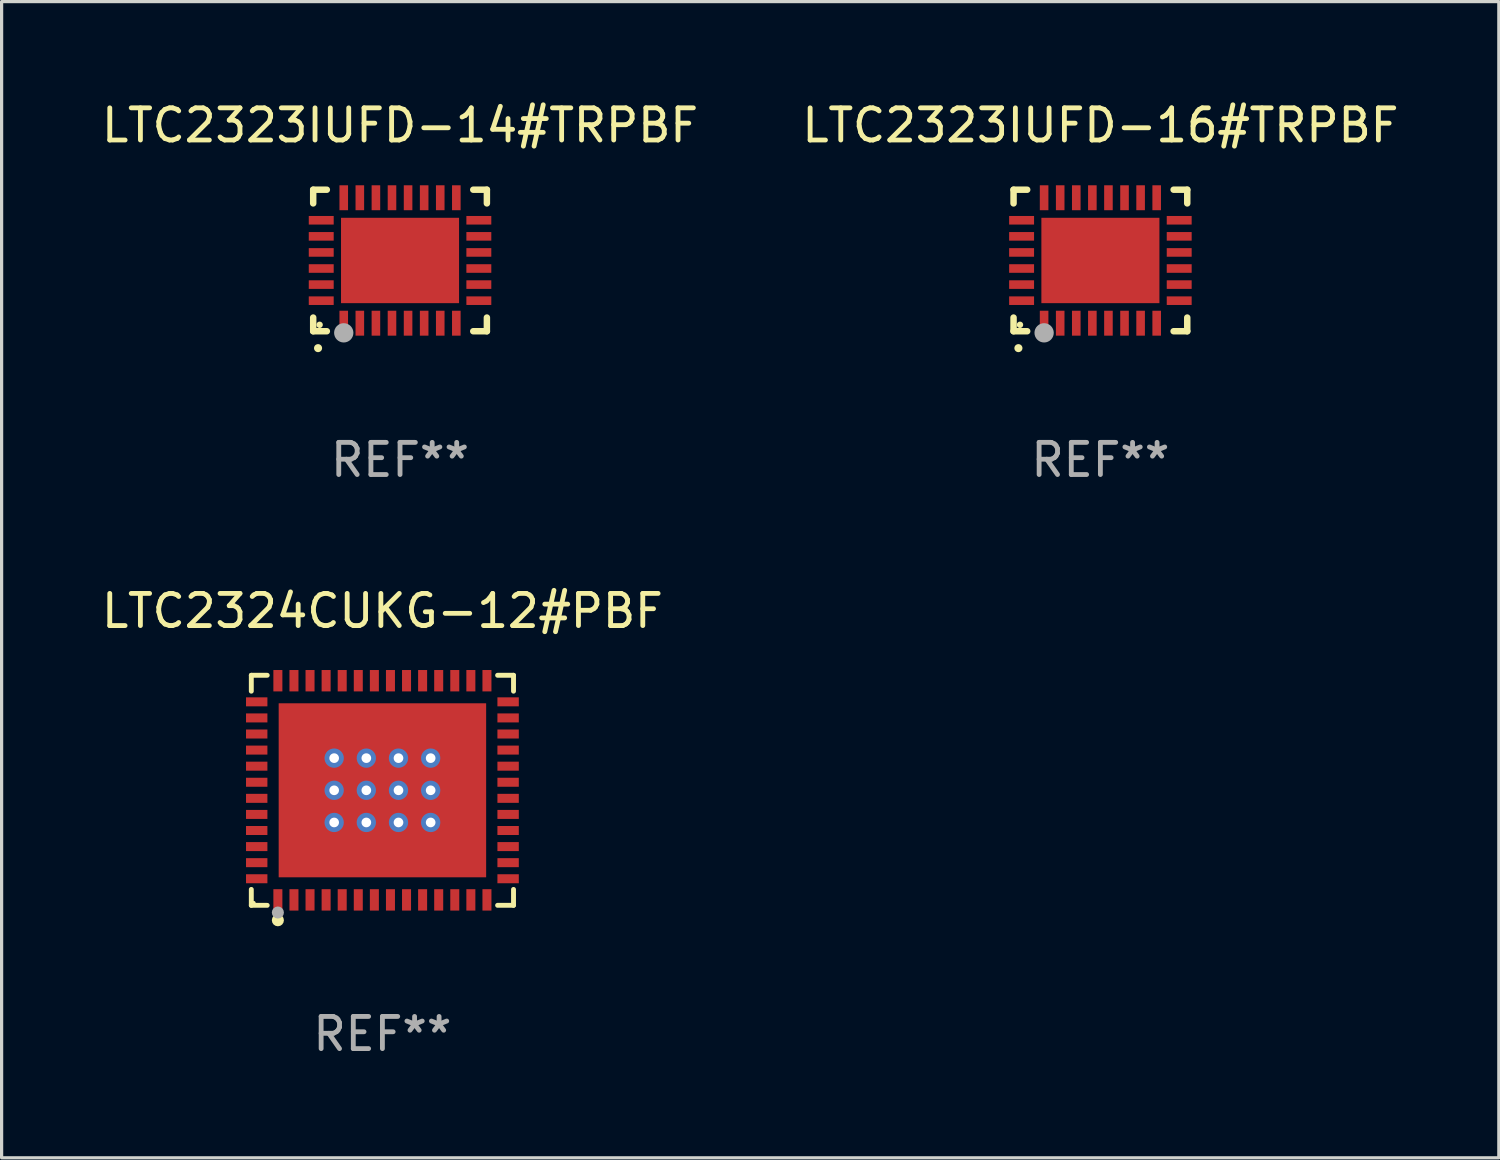
<source format=kicad_pcb>
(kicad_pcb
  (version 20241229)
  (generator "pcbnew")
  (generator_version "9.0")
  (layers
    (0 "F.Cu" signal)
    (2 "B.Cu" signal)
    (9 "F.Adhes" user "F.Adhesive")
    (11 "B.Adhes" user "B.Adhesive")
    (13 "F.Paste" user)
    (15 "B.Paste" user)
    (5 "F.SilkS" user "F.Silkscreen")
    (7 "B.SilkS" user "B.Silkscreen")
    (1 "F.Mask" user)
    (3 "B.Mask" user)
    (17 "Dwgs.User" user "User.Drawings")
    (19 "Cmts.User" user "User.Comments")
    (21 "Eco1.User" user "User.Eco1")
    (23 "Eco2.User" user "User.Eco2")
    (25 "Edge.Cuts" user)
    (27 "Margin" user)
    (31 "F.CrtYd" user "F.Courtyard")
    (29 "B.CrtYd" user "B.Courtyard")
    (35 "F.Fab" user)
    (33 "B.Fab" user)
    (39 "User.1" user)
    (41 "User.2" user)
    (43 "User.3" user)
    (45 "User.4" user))
  (footprint "LTC2323IUFD-16#TRPBF"
    (layer "F.Cu")
    (at 31.161 5.048)
    (property "Reference" "LTC2323IUFD-16#TRPBF" (at 0 -4.2 0) (layer "F.SilkS") (effects (font (size 1 1) (thickness 0.15))))
    (attr through_hole)
    (fp_line (start -2.7 -2.2) (end -2.276 -2.2) (stroke (width 0.201) (type solid)) (layer "F.SilkS"))
    (fp_line (start -2.7 -1.775) (end -2.7 -2.2) (stroke (width 0.201) (type solid)) (layer "F.SilkS"))
    (fp_line (start -2.7 2.2) (end -2.7 1.775) (stroke (width 0.201) (type solid)) (layer "F.SilkS"))
    (fp_line (start -2.276 2.2) (end -2.7 2.2) (stroke (width 0.201) (type solid)) (layer "F.SilkS"))
    (fp_line (start 2.276 2.2) (end 2.7 2.2) (stroke (width 0.201) (type solid)) (layer "F.SilkS"))
    (fp_line (start 2.7 -2.2) (end 2.276 -2.2) (stroke (width 0.201) (type solid)) (layer "F.SilkS"))
    (fp_line (start 2.7 -1.775) (end 2.7 -2.2) (stroke (width 0.201) (type solid)) (layer "F.SilkS"))
    (fp_line (start 2.7 2.2) (end 2.7 1.775) (stroke (width 0.201) (type solid)) (layer "F.SilkS"))
    (fp_arc (start -2.550165 2.725425) (mid -2.548895 2.725419) (end -2.547625 2.725425) (stroke (width 0.24892) (type solid)) (layer "F.SilkS"))
    (fp_circle (center -2.5 2) (end -2.45 2) (stroke (width 0.1) (type solid)) (fill no) (layer "F.SilkS"))
    (fp_circle (center -1.75 2.25) (end -1.6 2.25) (stroke (width 0.3) (type solid)) (fill no) (layer "F.Fab"))
    (fp_text user "REF**" (at 0 6.2 0) (layer "F.Fab") (effects (font (size 1 1) (thickness 0.15))))
    (pad "1" smd rect (at -1.75 1.95) (size 0.267 0.775) (layers "F.Cu" "F.Mask" "F.Paste"))
    (pad "2" smd rect (at -1.25 1.95) (size 0.267 0.775) (layers "F.Cu" "F.Mask" "F.Paste"))
    (pad "3" smd rect (at -0.75 1.95) (size 0.267 0.775) (layers "F.Cu" "F.Mask" "F.Paste"))
    (pad "4" smd rect (at -0.25 1.95) (size 0.267 0.775) (layers "F.Cu" "F.Mask" "F.Paste"))
    (pad "5" smd rect (at 0.25 1.95) (size 0.267 0.775) (layers "F.Cu" "F.Mask" "F.Paste"))
    (pad "6" smd rect (at 0.75 1.95) (size 0.267 0.775) (layers "F.Cu" "F.Mask" "F.Paste"))
    (pad "7" smd rect (at 1.25 1.95) (size 0.267 0.775) (layers "F.Cu" "F.Mask" "F.Paste"))
    (pad "8" smd rect (at 1.75 1.95) (size 0.267 0.775) (layers "F.Cu" "F.Mask" "F.Paste"))
    (pad "9" smd rect (at 2.45 1.25) (size 0.775 0.267) (layers "F.Cu" "F.Mask" "F.Paste"))
    (pad "10" smd rect (at 2.45 0.75) (size 0.775 0.267) (layers "F.Cu" "F.Mask" "F.Paste"))
    (pad "11" smd rect (at 2.45 0.25) (size 0.775 0.267) (layers "F.Cu" "F.Mask" "F.Paste"))
    (pad "12" smd rect (at 2.45 -0.25) (size 0.775 0.267) (layers "F.Cu" "F.Mask" "F.Paste"))
    (pad "13" smd rect (at 2.45 -0.75) (size 0.775 0.267) (layers "F.Cu" "F.Mask" "F.Paste"))
    (pad "14" smd rect (at 2.45 -1.25) (size 0.775 0.267) (layers "F.Cu" "F.Mask" "F.Paste"))
    (pad "15" smd rect (at 1.75 -1.95) (size 0.267 0.775) (layers "F.Cu" "F.Mask" "F.Paste"))
    (pad "16" smd rect (at 1.25 -1.95) (size 0.267 0.775) (layers "F.Cu" "F.Mask" "F.Paste"))
    (pad "17" smd rect (at 0.75 -1.95) (size 0.267 0.775) (layers "F.Cu" "F.Mask" "F.Paste"))
    (pad "18" smd rect (at 0.25 -1.95) (size 0.267 0.775) (layers "F.Cu" "F.Mask" "F.Paste"))
    (pad "19" smd rect (at -0.25 -1.95) (size 0.267 0.775) (layers "F.Cu" "F.Mask" "F.Paste"))
    (pad "20" smd rect (at -0.75 -1.95) (size 0.267 0.775) (layers "F.Cu" "F.Mask" "F.Paste"))
    (pad "21" smd rect (at -1.25 -1.95) (size 0.267 0.775) (layers "F.Cu" "F.Mask" "F.Paste"))
    (pad "22" smd rect (at -1.75 -1.95) (size 0.267 0.775) (layers "F.Cu" "F.Mask" "F.Paste"))
    (pad "23" smd rect (at -2.45 -1.25) (size 0.775 0.267) (layers "F.Cu" "F.Mask" "F.Paste"))
    (pad "24" smd rect (at -2.45 -0.75) (size 0.775 0.267) (layers "F.Cu" "F.Mask" "F.Paste"))
    (pad "25" smd rect (at -2.45 -0.25) (size 0.775 0.267) (layers "F.Cu" "F.Mask" "F.Paste"))
    (pad "26" smd rect (at -2.45 0.25) (size 0.775 0.267) (layers "F.Cu" "F.Mask" "F.Paste"))
    (pad "27" smd rect (at -2.45 0.75) (size 0.775 0.267) (layers "F.Cu" "F.Mask" "F.Paste"))
    (pad "28" smd rect (at -2.45 1.25) (size 0.775 0.267) (layers "F.Cu" "F.Mask" "F.Paste"))
    (pad "29" smd rect (at 0.000127 0.000127) (size 3.67 2.654) (layers "F.Cu" "F.Mask" "F.Paste")))
  (footprint "LTC2324CUKG-12#PBF"
    (layer "F.Cu")
    (at 8.839 21.52)
    (property "Reference" "LTC2324CUKG-12#PBF" (at 0 -5.576 0) (layer "F.SilkS") (effects (font (size 1 1) (thickness 0.15))))
    (attr through_hole)
    (fp_line (start -4.076 -3.576) (end -3.581 -3.576) (stroke (width 0.152) (type solid)) (layer "F.SilkS"))
    (fp_line (start -4.076 -3.081) (end -4.076 -3.576) (stroke (width 0.152) (type solid)) (layer "F.SilkS"))
    (fp_line (start -4.076 3.081) (end -4.076 3.576) (stroke (width 0.152) (type solid)) (layer "F.SilkS"))
    (fp_line (start -4.076 3.576) (end -3.581 3.576) (stroke (width 0.152) (type solid)) (layer "F.SilkS"))
    (fp_line (start 4.076 -3.576) (end 3.581 -3.576) (stroke (width 0.152) (type solid)) (layer "F.SilkS"))
    (fp_line (start 4.076 -3.081) (end 4.076 -3.576) (stroke (width 0.152) (type solid)) (layer "F.SilkS"))
    (fp_line (start 4.076 3.081) (end 4.076 3.576) (stroke (width 0.152) (type solid)) (layer "F.SilkS"))
    (fp_line (start 4.076 3.576) (end 3.581 3.576) (stroke (width 0.152) (type solid)) (layer "F.SilkS"))
    (fp_circle (center -4 3.5) (end -3.97 3.5) (stroke (width 0.06) (type solid)) (fill no) (layer "F.SilkS"))
    (fp_circle (center -3.25 4.04) (end -3.156 4.04) (stroke (width 0.188) (type solid)) (fill no) (layer "F.SilkS"))
    (fp_circle (center -3.25 3.8) (end -3.156 3.8) (stroke (width 0.188) (type solid)) (fill no) (layer "F.Fab"))
    (fp_text user "REF**" (at 0 7.576 0) (layer "F.Fab") (effects (font (size 1 1) (thickness 0.15))))
    (pad "1" smd rect (at -3.25 3.407) (size 0.28 0.665) (layers "F.Cu" "F.Mask" "F.Paste"))
    (pad "2" smd rect (at -2.75 3.407) (size 0.28 0.665) (layers "F.Cu" "F.Mask" "F.Paste"))
    (pad "3" smd rect (at -2.25 3.407) (size 0.28 0.665) (layers "F.Cu" "F.Mask" "F.Paste"))
    (pad "4" smd rect (at -1.75 3.407) (size 0.28 0.665) (layers "F.Cu" "F.Mask" "F.Paste"))
    (pad "5" smd rect (at -1.25 3.407) (size 0.28 0.665) (layers "F.Cu" "F.Mask" "F.Paste"))
    (pad "6" smd rect (at -0.75 3.407) (size 0.28 0.665) (layers "F.Cu" "F.Mask" "F.Paste"))
    (pad "7" smd rect (at -0.25 3.407) (size 0.28 0.665) (layers "F.Cu" "F.Mask" "F.Paste"))
    (pad "8" smd rect (at 0.25 3.407) (size 0.28 0.665) (layers "F.Cu" "F.Mask" "F.Paste"))
    (pad "9" smd rect (at 0.75 3.407) (size 0.28 0.665) (layers "F.Cu" "F.Mask" "F.Paste"))
    (pad "10" smd rect (at 1.25 3.407) (size 0.28 0.665) (layers "F.Cu" "F.Mask" "F.Paste"))
    (pad "11" smd rect (at 1.75 3.407) (size 0.28 0.665) (layers "F.Cu" "F.Mask" "F.Paste"))
    (pad "12" smd rect (at 2.25 3.407) (size 0.28 0.665) (layers "F.Cu" "F.Mask" "F.Paste"))
    (pad "13" smd rect (at 2.75 3.407) (size 0.28 0.665) (layers "F.Cu" "F.Mask" "F.Paste"))
    (pad "14" smd rect (at 3.25 3.407) (size 0.28 0.665) (layers "F.Cu" "F.Mask" "F.Paste"))
    (pad "15" smd rect (at 3.908 2.75) (size 0.665 0.28) (layers "F.Cu" "F.Mask" "F.Paste"))
    (pad "16" smd rect (at 3.908 2.25) (size 0.665 0.28) (layers "F.Cu" "F.Mask" "F.Paste"))
    (pad "17" smd rect (at 3.908 1.75) (size 0.665 0.28) (layers "F.Cu" "F.Mask" "F.Paste"))
    (pad "18" smd rect (at 3.908 1.25) (size 0.665 0.28) (layers "F.Cu" "F.Mask" "F.Paste"))
    (pad "19" smd rect (at 3.908 0.75) (size 0.665 0.28) (layers "F.Cu" "F.Mask" "F.Paste"))
    (pad "20" smd rect (at 3.908 0.25) (size 0.665 0.28) (layers "F.Cu" "F.Mask" "F.Paste"))
    (pad "21" smd rect (at 3.908 -0.25) (size 0.665 0.28) (layers "F.Cu" "F.Mask" "F.Paste"))
    (pad "22" smd rect (at 3.908 -0.75) (size 0.665 0.28) (layers "F.Cu" "F.Mask" "F.Paste"))
    (pad "23" smd rect (at 3.908 -1.25) (size 0.665 0.28) (layers "F.Cu" "F.Mask" "F.Paste"))
    (pad "24" smd rect (at 3.908 -1.75) (size 0.665 0.28) (layers "F.Cu" "F.Mask" "F.Paste"))
    (pad "25" smd rect (at 3.908 -2.25) (size 0.665 0.28) (layers "F.Cu" "F.Mask" "F.Paste"))
    (pad "26" smd rect (at 3.908 -2.75) (size 0.665 0.28) (layers "F.Cu" "F.Mask" "F.Paste"))
    (pad "27" smd rect (at 3.25 -3.407) (size 0.28 0.665) (layers "F.Cu" "F.Mask" "F.Paste"))
    (pad "28" smd rect (at 2.75 -3.407) (size 0.28 0.665) (layers "F.Cu" "F.Mask" "F.Paste"))
    (pad "29" smd rect (at 2.25 -3.407) (size 0.28 0.665) (layers "F.Cu" "F.Mask" "F.Paste"))
    (pad "30" smd rect (at 1.75 -3.407) (size 0.28 0.665) (layers "F.Cu" "F.Mask" "F.Paste"))
    (pad "31" smd rect (at 1.25 -3.407) (size 0.28 0.665) (layers "F.Cu" "F.Mask" "F.Paste"))
    (pad "32" smd rect (at 0.75 -3.407) (size 0.28 0.665) (layers "F.Cu" "F.Mask" "F.Paste"))
    (pad "33" smd rect (at 0.25 -3.407) (size 0.28 0.665) (layers "F.Cu" "F.Mask" "F.Paste"))
    (pad "34" smd rect (at -0.25 -3.407) (size 0.28 0.665) (layers "F.Cu" "F.Mask" "F.Paste"))
    (pad "35" smd rect (at -0.75 -3.407) (size 0.28 0.665) (layers "F.Cu" "F.Mask" "F.Paste"))
    (pad "36" smd rect (at -1.25 -3.407) (size 0.28 0.665) (layers "F.Cu" "F.Mask" "F.Paste"))
    (pad "37" smd rect (at -1.75 -3.407) (size 0.28 0.665) (layers "F.Cu" "F.Mask" "F.Paste"))
    (pad "38" smd rect (at -2.25 -3.407) (size 0.28 0.665) (layers "F.Cu" "F.Mask" "F.Paste"))
    (pad "39" smd rect (at -2.75 -3.407) (size 0.28 0.665) (layers "F.Cu" "F.Mask" "F.Paste"))
    (pad "40" smd rect (at -3.25 -3.407) (size 0.28 0.665) (layers "F.Cu" "F.Mask" "F.Paste"))
    (pad "41" smd rect (at -3.908 -2.75) (size 0.665 0.28) (layers "F.Cu" "F.Mask" "F.Paste"))
    (pad "42" smd rect (at -3.908 -2.25) (size 0.665 0.28) (layers "F.Cu" "F.Mask" "F.Paste"))
    (pad "43" smd rect (at -3.908 -1.75) (size 0.665 0.28) (layers "F.Cu" "F.Mask" "F.Paste"))
    (pad "44" smd rect (at -3.908 -1.25) (size 0.665 0.28) (layers "F.Cu" "F.Mask" "F.Paste"))
    (pad "45" smd rect (at -3.908 -0.75) (size 0.665 0.28) (layers "F.Cu" "F.Mask" "F.Paste"))
    (pad "46" smd rect (at -3.908 -0.25) (size 0.665 0.28) (layers "F.Cu" "F.Mask" "F.Paste"))
    (pad "47" smd rect (at -3.908 0.25) (size 0.665 0.28) (layers "F.Cu" "F.Mask" "F.Paste"))
    (pad "48" smd rect (at -3.908 0.75) (size 0.665 0.28) (layers "F.Cu" "F.Mask" "F.Paste"))
    (pad "49" smd rect (at -3.908 1.25) (size 0.665 0.28) (layers "F.Cu" "F.Mask" "F.Paste"))
    (pad "50" smd rect (at -3.908 1.75) (size 0.665 0.28) (layers "F.Cu" "F.Mask" "F.Paste"))
    (pad "51" smd rect (at -3.908 2.25) (size 0.665 0.28) (layers "F.Cu" "F.Mask" "F.Paste"))
    (pad "52" smd rect (at -3.908 2.75) (size 0.665 0.28) (layers "F.Cu" "F.Mask" "F.Paste"))
    (pad "53" thru_hole circle (at -1.5 -1) (size 0.6 0.6) (drill 0.3) (layers "*.Cu" "*.Mask"))
    (pad "53" thru_hole circle (at -1.5 0) (size 0.6 0.6) (drill 0.3) (layers "*.Cu" "*.Mask"))
    (pad "53" thru_hole circle (at -1.5 1) (size 0.6 0.6) (drill 0.3) (layers "*.Cu" "*.Mask"))
    (pad "53" thru_hole circle (at -0.5 -1) (size 0.6 0.6) (drill 0.3) (layers "*.Cu" "*.Mask"))
    (pad "53" thru_hole circle (at -0.5 0) (size 0.6 0.6) (drill 0.3) (layers "*.Cu" "*.Mask"))
    (pad "53" thru_hole circle (at -0.5 1) (size 0.6 0.6) (drill 0.3) (layers "*.Cu" "*.Mask"))
    (pad "53" smd rect (at 0 0) (size 6.45 5.41) (layers "F.Cu" "F.Mask" "F.Paste"))
    (pad "53" thru_hole circle (at 0.5 -1) (size 0.6 0.6) (drill 0.3) (layers "*.Cu" "*.Mask"))
    (pad "53" thru_hole circle (at 0.5 0) (size 0.6 0.6) (drill 0.3) (layers "*.Cu" "*.Mask"))
    (pad "53" thru_hole circle (at 0.5 1) (size 0.6 0.6) (drill 0.3) (layers "*.Cu" "*.Mask"))
    (pad "53" thru_hole circle (at 1.5 -1) (size 0.6 0.6) (drill 0.3) (layers "*.Cu" "*.Mask"))
    (pad "53" thru_hole circle (at 1.5 0) (size 0.6 0.6) (drill 0.3) (layers "*.Cu" "*.Mask"))
    (pad "53" thru_hole circle (at 1.5 1) (size 0.6 0.6) (drill 0.3) (layers "*.Cu" "*.Mask")))
  (footprint "LTC2323IUFD-14#TRPBF"
    (layer "F.Cu")
    (at 9.387 5.048)
    (property "Reference" "LTC2323IUFD-14#TRPBF" (at 0 -4.2 0) (layer "F.SilkS") (effects (font (size 1 1) (thickness 0.15))))
    (attr through_hole)
    (fp_line (start -2.7 -2.2) (end -2.276 -2.2) (stroke (width 0.201) (type solid)) (layer "F.SilkS"))
    (fp_line (start -2.7 -1.775) (end -2.7 -2.2) (stroke (width 0.201) (type solid)) (layer "F.SilkS"))
    (fp_line (start -2.7 2.2) (end -2.7 1.775) (stroke (width 0.201) (type solid)) (layer "F.SilkS"))
    (fp_line (start -2.276 2.2) (end -2.7 2.2) (stroke (width 0.201) (type solid)) (layer "F.SilkS"))
    (fp_line (start 2.276 2.2) (end 2.7 2.2) (stroke (width 0.201) (type solid)) (layer "F.SilkS"))
    (fp_line (start 2.7 -2.2) (end 2.276 -2.2) (stroke (width 0.201) (type solid)) (layer "F.SilkS"))
    (fp_line (start 2.7 -1.775) (end 2.7 -2.2) (stroke (width 0.201) (type solid)) (layer "F.SilkS"))
    (fp_line (start 2.7 2.2) (end 2.7 1.775) (stroke (width 0.201) (type solid)) (layer "F.SilkS"))
    (fp_arc (start -2.550165 2.725425) (mid -2.548895 2.725419) (end -2.547625 2.725425) (stroke (width 0.24892) (type solid)) (layer "F.SilkS"))
    (fp_circle (center -2.5 2) (end -2.45 2) (stroke (width 0.1) (type solid)) (fill no) (layer "F.SilkS"))
    (fp_circle (center -1.75 2.25) (end -1.6 2.25) (stroke (width 0.3) (type solid)) (fill no) (layer "F.Fab"))
    (fp_text user "REF**" (at 0 6.2 0) (layer "F.Fab") (effects (font (size 1 1) (thickness 0.15))))
    (pad "1" smd rect (at -1.75 1.95) (size 0.267 0.775) (layers "F.Cu" "F.Mask" "F.Paste"))
    (pad "2" smd rect (at -1.25 1.95) (size 0.267 0.775) (layers "F.Cu" "F.Mask" "F.Paste"))
    (pad "3" smd rect (at -0.75 1.95) (size 0.267 0.775) (layers "F.Cu" "F.Mask" "F.Paste"))
    (pad "4" smd rect (at -0.25 1.95) (size 0.267 0.775) (layers "F.Cu" "F.Mask" "F.Paste"))
    (pad "5" smd rect (at 0.25 1.95) (size 0.267 0.775) (layers "F.Cu" "F.Mask" "F.Paste"))
    (pad "6" smd rect (at 0.75 1.95) (size 0.267 0.775) (layers "F.Cu" "F.Mask" "F.Paste"))
    (pad "7" smd rect (at 1.25 1.95) (size 0.267 0.775) (layers "F.Cu" "F.Mask" "F.Paste"))
    (pad "8" smd rect (at 1.75 1.95) (size 0.267 0.775) (layers "F.Cu" "F.Mask" "F.Paste"))
    (pad "9" smd rect (at 2.45 1.25) (size 0.775 0.267) (layers "F.Cu" "F.Mask" "F.Paste"))
    (pad "10" smd rect (at 2.45 0.75) (size 0.775 0.267) (layers "F.Cu" "F.Mask" "F.Paste"))
    (pad "11" smd rect (at 2.45 0.25) (size 0.775 0.267) (layers "F.Cu" "F.Mask" "F.Paste"))
    (pad "12" smd rect (at 2.45 -0.25) (size 0.775 0.267) (layers "F.Cu" "F.Mask" "F.Paste"))
    (pad "13" smd rect (at 2.45 -0.75) (size 0.775 0.267) (layers "F.Cu" "F.Mask" "F.Paste"))
    (pad "14" smd rect (at 2.45 -1.25) (size 0.775 0.267) (layers "F.Cu" "F.Mask" "F.Paste"))
    (pad "15" smd rect (at 1.75 -1.95) (size 0.267 0.775) (layers "F.Cu" "F.Mask" "F.Paste"))
    (pad "16" smd rect (at 1.25 -1.95) (size 0.267 0.775) (layers "F.Cu" "F.Mask" "F.Paste"))
    (pad "17" smd rect (at 0.75 -1.95) (size 0.267 0.775) (layers "F.Cu" "F.Mask" "F.Paste"))
    (pad "18" smd rect (at 0.25 -1.95) (size 0.267 0.775) (layers "F.Cu" "F.Mask" "F.Paste"))
    (pad "19" smd rect (at -0.25 -1.95) (size 0.267 0.775) (layers "F.Cu" "F.Mask" "F.Paste"))
    (pad "20" smd rect (at -0.75 -1.95) (size 0.267 0.775) (layers "F.Cu" "F.Mask" "F.Paste"))
    (pad "21" smd rect (at -1.25 -1.95) (size 0.267 0.775) (layers "F.Cu" "F.Mask" "F.Paste"))
    (pad "22" smd rect (at -1.75 -1.95) (size 0.267 0.775) (layers "F.Cu" "F.Mask" "F.Paste"))
    (pad "23" smd rect (at -2.45 -1.25) (size 0.775 0.267) (layers "F.Cu" "F.Mask" "F.Paste"))
    (pad "24" smd rect (at -2.45 -0.75) (size 0.775 0.267) (layers "F.Cu" "F.Mask" "F.Paste"))
    (pad "25" smd rect (at -2.45 -0.25) (size 0.775 0.267) (layers "F.Cu" "F.Mask" "F.Paste"))
    (pad "26" smd rect (at -2.45 0.25) (size 0.775 0.267) (layers "F.Cu" "F.Mask" "F.Paste"))
    (pad "27" smd rect (at -2.45 0.75) (size 0.775 0.267) (layers "F.Cu" "F.Mask" "F.Paste"))
    (pad "28" smd rect (at -2.45 1.25) (size 0.775 0.267) (layers "F.Cu" "F.Mask" "F.Paste"))
    (pad "29" smd rect (at 0.000127 0.000127) (size 3.67 2.654) (layers "F.Cu" "F.Mask" "F.Paste")))
  (gr_rect
    (start -3 -3)
    (end 43.548 32.945)
    (stroke (width 0.1) (type default))
    (fill no)
    (layer "Edge.Cuts")))
</source>
